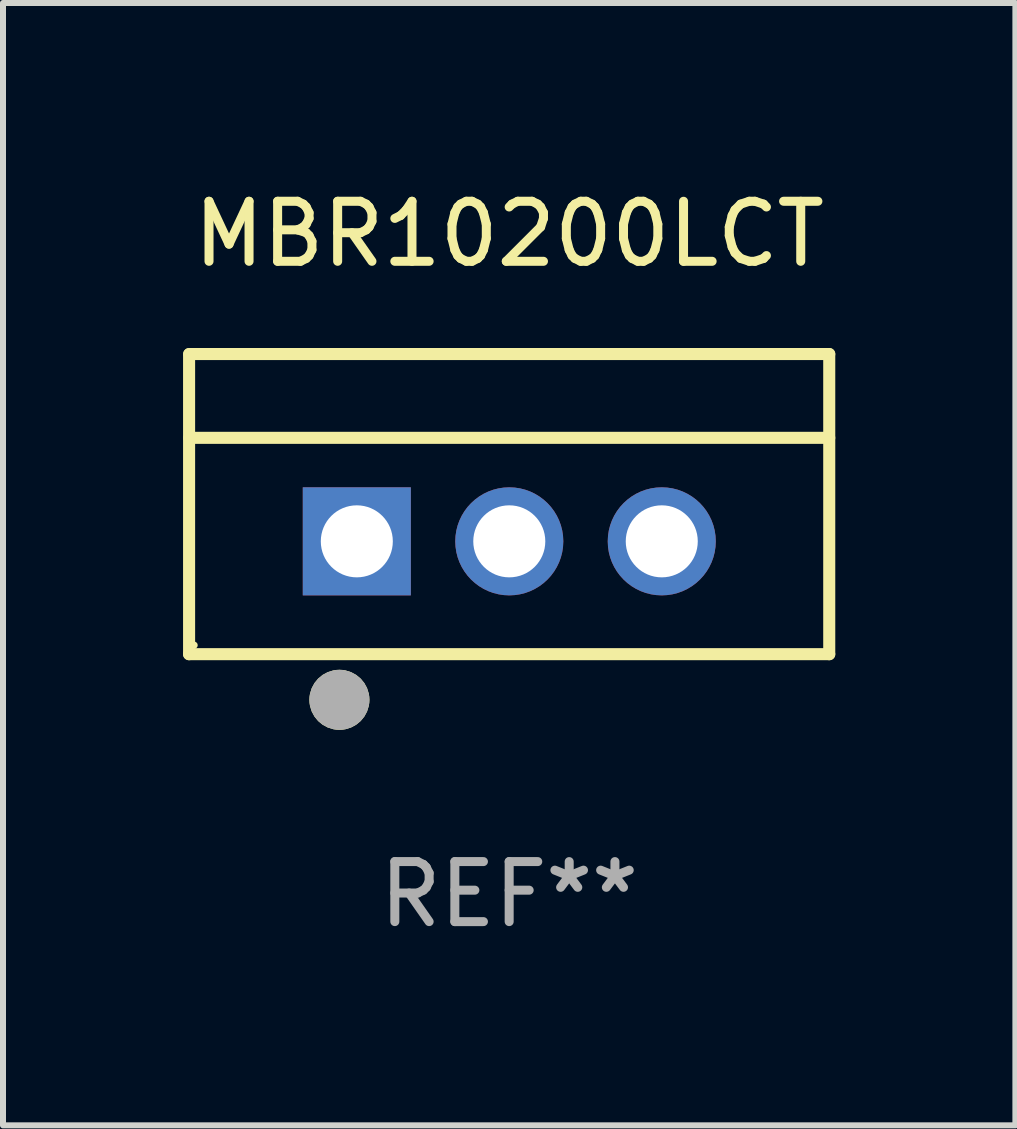
<source format=kicad_pcb>
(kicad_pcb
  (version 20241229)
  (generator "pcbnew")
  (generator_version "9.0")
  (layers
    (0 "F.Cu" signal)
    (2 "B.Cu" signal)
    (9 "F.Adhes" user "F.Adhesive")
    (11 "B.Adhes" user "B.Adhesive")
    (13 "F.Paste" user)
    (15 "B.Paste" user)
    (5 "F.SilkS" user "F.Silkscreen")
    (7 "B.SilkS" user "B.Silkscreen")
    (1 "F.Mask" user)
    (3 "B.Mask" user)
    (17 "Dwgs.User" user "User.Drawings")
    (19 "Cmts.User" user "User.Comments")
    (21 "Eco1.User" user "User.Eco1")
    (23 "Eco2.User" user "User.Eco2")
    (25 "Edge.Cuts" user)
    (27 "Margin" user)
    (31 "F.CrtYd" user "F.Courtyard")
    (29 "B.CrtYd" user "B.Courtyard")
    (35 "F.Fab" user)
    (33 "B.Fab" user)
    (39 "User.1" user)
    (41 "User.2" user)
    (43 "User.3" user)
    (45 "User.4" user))
  (footprint "MBR10200LCT"
    (layer "F.Cu")
    (at 5.432 5.348)
    (property "Reference" "MBR10200LCT" (at 0 -4.5 0) (layer "F.SilkS") (effects (font (size 1 1) (thickness 0.15))))
    (attr through_hole)
    (fp_line (start -5.332 2.5) (end -5.332 -2.5) (stroke (width 0.201) (type solid)) (layer "F.SilkS"))
    (fp_line (start -5.328 -2.5) (end 5.332 -2.5) (stroke (width 0.201) (type solid)) (layer "F.SilkS"))
    (fp_line (start -5.328 -1.104) (end 5.332 -1.104) (stroke (width 0.201) (type solid)) (layer "F.SilkS"))
    (fp_line (start 5.332 -2.5) (end 5.332 2.5) (stroke (width 0.201) (type solid)) (layer "F.SilkS"))
    (fp_line (start 5.332 2.5) (end -5.332 2.5) (stroke (width 0.201) (type solid)) (layer "F.SilkS"))
    (fp_circle (center -5.248 2.35) (end -5.218 2.35) (stroke (width 0.06) (type solid)) (fill no) (layer "F.SilkS"))
    (fp_circle (center -2.828 3.26) (end -2.578 3.26) (stroke (width 0.5) (type solid)) (fill no) (layer "F.SilkS"))
    (fp_circle (center -2.828 3.26) (end -2.578 3.26) (stroke (width 0.5) (type solid)) (fill no) (layer "F.Fab"))
    (fp_text user "REF**" (at 0 6.5 0) (layer "F.Fab") (effects (font (size 1 1) (thickness 0.15))))
    (pad "1" thru_hole rect (at -2.538 0.62) (size 1.8 1.8) (drill 1.2) (layers "*.Cu" "*.Mask"))
    (pad "2" thru_hole circle (at 0.002 0.62) (size 1.8 1.8) (drill 1.2) (layers "*.Cu" "*.Mask"))
    (pad "3" thru_hole circle (at 2.542 0.62) (size 1.8 1.8) (drill 1.2) (layers "*.Cu" "*.Mask")))
  (gr_rect
    (start -3 -3)
    (end 13.865 15.697)
    (stroke (width 0.1) (type default))
    (fill no)
    (layer "Edge.Cuts")))
</source>
